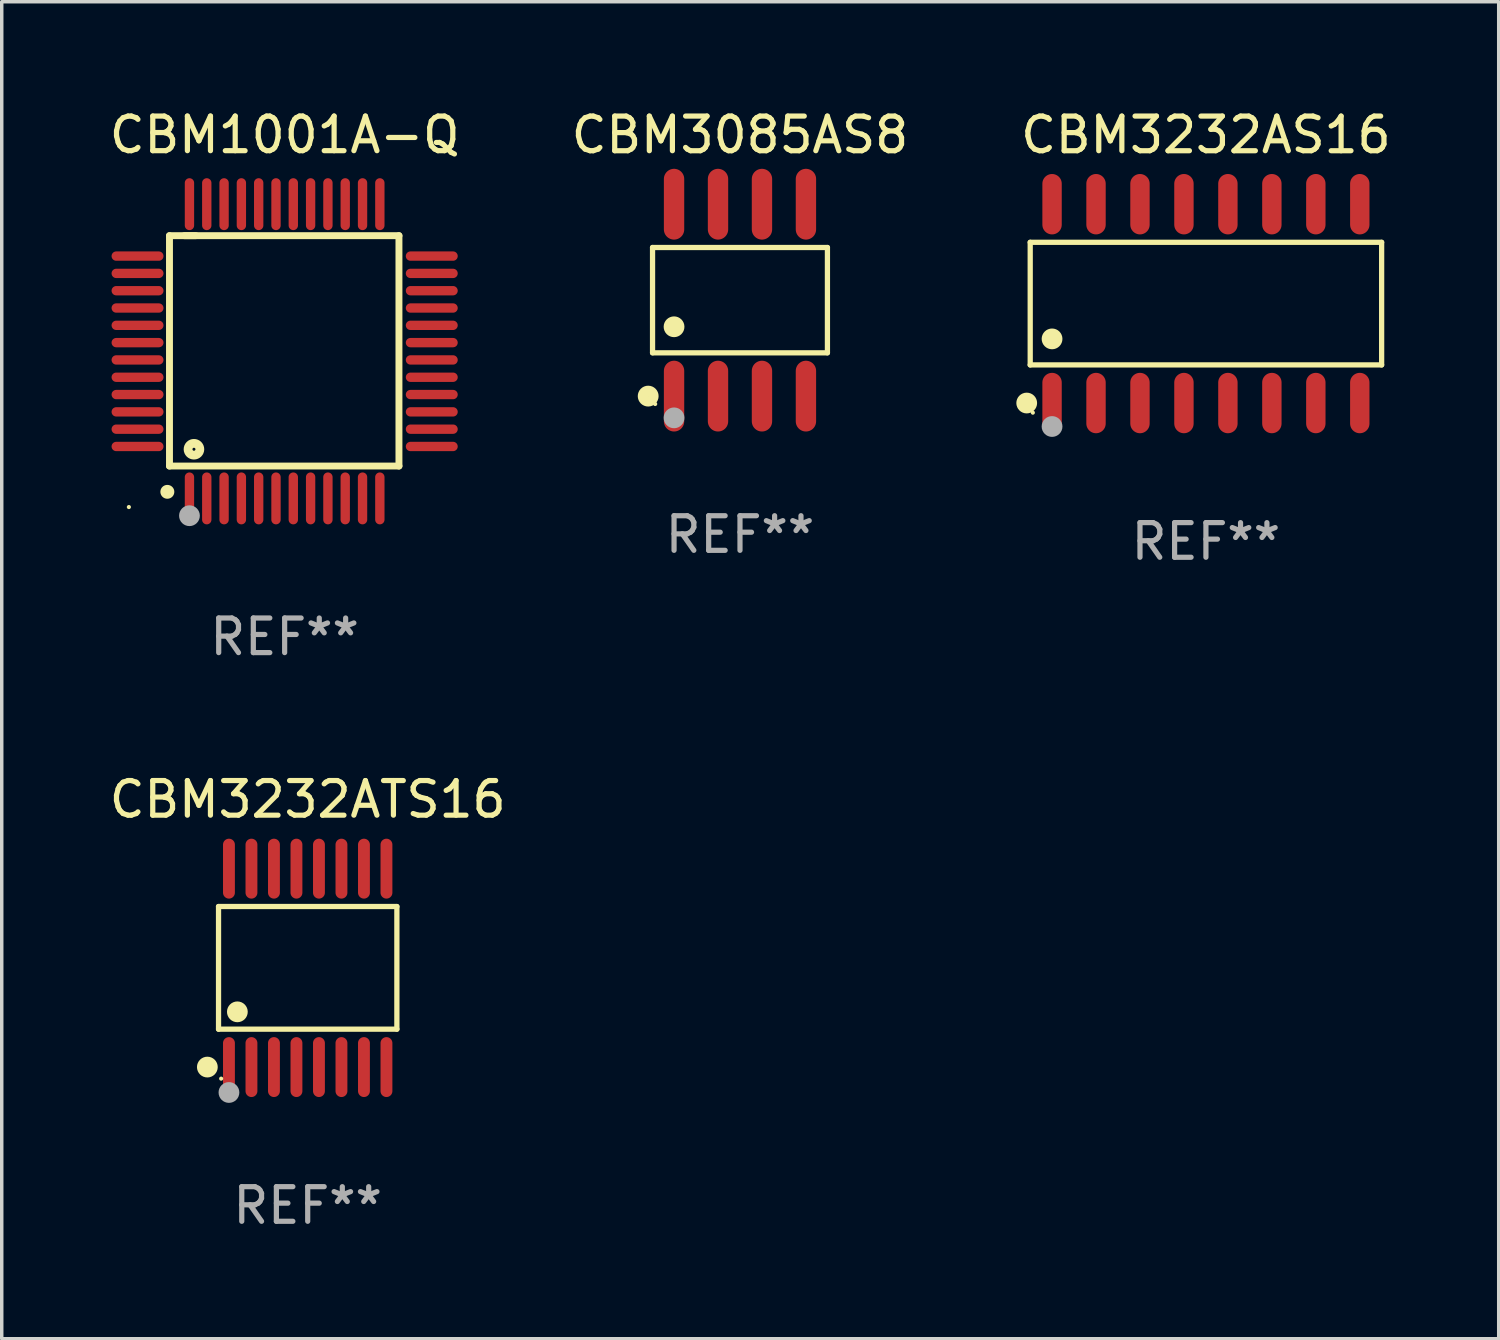
<source format=kicad_pcb>
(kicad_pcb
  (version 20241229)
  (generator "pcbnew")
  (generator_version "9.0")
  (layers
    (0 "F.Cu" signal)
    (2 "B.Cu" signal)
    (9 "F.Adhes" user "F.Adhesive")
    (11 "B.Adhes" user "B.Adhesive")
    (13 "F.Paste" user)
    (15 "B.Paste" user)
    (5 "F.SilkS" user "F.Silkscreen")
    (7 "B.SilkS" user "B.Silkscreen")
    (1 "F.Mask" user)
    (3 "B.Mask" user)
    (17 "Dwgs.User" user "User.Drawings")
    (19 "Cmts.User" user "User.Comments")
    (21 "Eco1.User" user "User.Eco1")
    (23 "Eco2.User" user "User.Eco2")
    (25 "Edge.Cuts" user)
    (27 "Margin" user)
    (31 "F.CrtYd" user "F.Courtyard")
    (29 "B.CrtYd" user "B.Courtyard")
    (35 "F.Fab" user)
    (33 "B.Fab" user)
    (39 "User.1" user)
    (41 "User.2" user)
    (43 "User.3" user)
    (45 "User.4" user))
  (footprint "CBM3232AS16"
    (layer "F.Cu")
    (at 31.787 5.721)
    (property "Reference" "CBM3232AS16" (at 0 -4.872 0) (layer "F.SilkS") (effects (font (size 1 1) (thickness 0.15))))
    (attr through_hole)
    (fp_line (start -5.076 -1.771) (end 5.076 -1.771) (stroke (width 0.152) (type solid)) (layer "F.SilkS"))
    (fp_line (start -5.076 1.771) (end -5.076 -1.771) (stroke (width 0.152) (type solid)) (layer "F.SilkS"))
    (fp_line (start 5.076 -1.771) (end 5.076 1.771) (stroke (width 0.152) (type solid)) (layer "F.SilkS"))
    (fp_line (start 5.076 1.771) (end -5.076 1.771) (stroke (width 0.152) (type solid)) (layer "F.SilkS"))
    (fp_circle (center -5.177 2.872) (end -5.027 2.872) (stroke (width 0.3) (type solid)) (fill no) (layer "F.SilkS"))
    (fp_circle (center -5 3.15) (end -4.97 3.15) (stroke (width 0.06) (type solid)) (fill no) (layer "F.SilkS"))
    (fp_circle (center -4.445 1.019) (end -4.295 1.019) (stroke (width 0.3) (type solid)) (fill no) (layer "F.SilkS"))
    (fp_circle (center -4.445 3.55) (end -4.295 3.55) (stroke (width 0.3) (type solid)) (fill no) (layer "F.Fab"))
    (fp_text user "REF**" (at 0 6.872 0) (layer "F.Fab") (effects (font (size 1 1) (thickness 0.15))))
    (pad "1" smd oval (at -4.445 2.872) (size 0.56 1.745) (layers "F.Cu" "F.Mask" "F.Paste"))
    (pad "2" smd oval (at -3.175 2.872) (size 0.56 1.745) (layers "F.Cu" "F.Mask" "F.Paste"))
    (pad "3" smd oval (at -1.905 2.872) (size 0.56 1.745) (layers "F.Cu" "F.Mask" "F.Paste"))
    (pad "4" smd oval (at -0.635 2.872) (size 0.56 1.745) (layers "F.Cu" "F.Mask" "F.Paste"))
    (pad "5" smd oval (at 0.635 2.872) (size 0.56 1.745) (layers "F.Cu" "F.Mask" "F.Paste"))
    (pad "6" smd oval (at 1.905 2.872) (size 0.56 1.745) (layers "F.Cu" "F.Mask" "F.Paste"))
    (pad "7" smd oval (at 3.175 2.872) (size 0.56 1.745) (layers "F.Cu" "F.Mask" "F.Paste"))
    (pad "8" smd oval (at 4.445 2.872) (size 0.56 1.745) (layers "F.Cu" "F.Mask" "F.Paste"))
    (pad "9" smd oval (at 4.445 -2.872) (size 0.56 1.745) (layers "F.Cu" "F.Mask" "F.Paste"))
    (pad "10" smd oval (at 3.175 -2.872) (size 0.56 1.745) (layers "F.Cu" "F.Mask" "F.Paste"))
    (pad "11" smd oval (at 1.905 -2.872) (size 0.56 1.745) (layers "F.Cu" "F.Mask" "F.Paste"))
    (pad "12" smd oval (at 0.635 -2.872) (size 0.56 1.745) (layers "F.Cu" "F.Mask" "F.Paste"))
    (pad "13" smd oval (at -0.635 -2.872) (size 0.56 1.745) (layers "F.Cu" "F.Mask" "F.Paste"))
    (pad "14" smd oval (at -1.905 -2.872) (size 0.56 1.745) (layers "F.Cu" "F.Mask" "F.Paste"))
    (pad "15" smd oval (at -3.175 -2.872) (size 0.56 1.745) (layers "F.Cu" "F.Mask" "F.Paste"))
    (pad "16" smd oval (at -4.445 -2.872) (size 0.56 1.745) (layers "F.Cu" "F.Mask" "F.Paste")))
  (footprint "CBM1001A-Q"
    (layer "F.Cu")
    (at 5.173 7.098)
    (property "Reference" "CBM1001A-Q" (at 0 -6.25 0) (layer "F.SilkS") (effects (font (size 1 1) (thickness 0.15))))
    (attr through_hole)
    (fp_line (start -3.327 -3.34) (end -2.565 -3.34) (stroke (width 0.2) (type solid)) (layer "F.SilkS"))
    (fp_line (start -3.327 3.315) (end -3.327 -3.34) (stroke (width 0.2) (type solid)) (layer "F.SilkS"))
    (fp_line (start -2.896 -3.34) (end 3.302 -3.34) (stroke (width 0.2) (type solid)) (layer "F.SilkS"))
    (fp_line (start 3.302 -3.34) (end 3.302 3.315) (stroke (width 0.2) (type solid)) (layer "F.SilkS"))
    (fp_line (start 3.302 3.315) (end -3.327 3.315) (stroke (width 0.2) (type solid)) (layer "F.SilkS"))
    (fp_arc (start -3.389992 4.059995) (mid -3.388722 4.059991) (end -3.387452 4.059995) (stroke (width 0.4) (type solid)) (layer "F.SilkS"))
    (fp_circle (center -4.5 4.5) (end -4.47 4.5) (stroke (width 0.06) (type solid)) (fill no) (layer "F.SilkS"))
    (fp_circle (center -2.62 2.83) (end -2.45 2.83) (stroke (width 0.254) (type solid)) (fill no) (layer "F.SilkS"))
    (fp_circle (center -2.75 4.75) (end -2.6 4.75) (stroke (width 0.3) (type solid)) (fill no) (layer "F.Fab"))
    (fp_text user "REF**" (at 0 8.25 0) (layer "F.Fab") (effects (font (size 1 1) (thickness 0.15))))
    (pad "1" smd oval (at -2.75 4.25) (size 0.27 1.5) (layers "F.Cu" "F.Mask" "F.Paste"))
    (pad "2" smd oval (at -2.25 4.25) (size 0.27 1.5) (layers "F.Cu" "F.Mask" "F.Paste"))
    (pad "3" smd oval (at -1.75 4.25) (size 0.27 1.5) (layers "F.Cu" "F.Mask" "F.Paste"))
    (pad "4" smd oval (at -1.25 4.25) (size 0.27 1.5) (layers "F.Cu" "F.Mask" "F.Paste"))
    (pad "5" smd oval (at -0.75 4.25) (size 0.27 1.5) (layers "F.Cu" "F.Mask" "F.Paste"))
    (pad "6" smd oval (at -0.25 4.25) (size 0.27 1.5) (layers "F.Cu" "F.Mask" "F.Paste"))
    (pad "7" smd oval (at 0.25 4.25) (size 0.27 1.5) (layers "F.Cu" "F.Mask" "F.Paste"))
    (pad "8" smd oval (at 0.75 4.25) (size 0.27 1.5) (layers "F.Cu" "F.Mask" "F.Paste"))
    (pad "9" smd oval (at 1.25 4.25) (size 0.27 1.5) (layers "F.Cu" "F.Mask" "F.Paste"))
    (pad "10" smd oval (at 1.75 4.25) (size 0.27 1.5) (layers "F.Cu" "F.Mask" "F.Paste"))
    (pad "11" smd oval (at 2.25 4.25) (size 0.27 1.5) (layers "F.Cu" "F.Mask" "F.Paste"))
    (pad "12" smd oval (at 2.75 4.25) (size 0.27 1.5) (layers "F.Cu" "F.Mask" "F.Paste"))
    (pad "13" smd oval (at 4.25 2.75) (size 1.5 0.27) (layers "F.Cu" "F.Mask" "F.Paste"))
    (pad "14" smd oval (at 4.25 2.25) (size 1.5 0.27) (layers "F.Cu" "F.Mask" "F.Paste"))
    (pad "15" smd oval (at 4.25 1.75) (size 1.5 0.27) (layers "F.Cu" "F.Mask" "F.Paste"))
    (pad "16" smd oval (at 4.25 1.25) (size 1.5 0.27) (layers "F.Cu" "F.Mask" "F.Paste"))
    (pad "17" smd oval (at 4.25 0.75) (size 1.5 0.27) (layers "F.Cu" "F.Mask" "F.Paste"))
    (pad "18" smd oval (at 4.25 0.25) (size 1.5 0.27) (layers "F.Cu" "F.Mask" "F.Paste"))
    (pad "19" smd oval (at 4.25 -0.25) (size 1.5 0.27) (layers "F.Cu" "F.Mask" "F.Paste"))
    (pad "20" smd oval (at 4.25 -0.75) (size 1.5 0.27) (layers "F.Cu" "F.Mask" "F.Paste"))
    (pad "21" smd oval (at 4.25 -1.25) (size 1.5 0.27) (layers "F.Cu" "F.Mask" "F.Paste"))
    (pad "22" smd oval (at 4.25 -1.75) (size 1.5 0.27) (layers "F.Cu" "F.Mask" "F.Paste"))
    (pad "23" smd oval (at 4.25 -2.25) (size 1.5 0.27) (layers "F.Cu" "F.Mask" "F.Paste"))
    (pad "24" smd oval (at 4.25 -2.75) (size 1.5 0.27) (layers "F.Cu" "F.Mask" "F.Paste"))
    (pad "25" smd oval (at 2.75 -4.25) (size 0.27 1.5) (layers "F.Cu" "F.Mask" "F.Paste"))
    (pad "26" smd oval (at 2.25 -4.25) (size 0.27 1.5) (layers "F.Cu" "F.Mask" "F.Paste"))
    (pad "27" smd oval (at 1.75 -4.25) (size 0.27 1.5) (layers "F.Cu" "F.Mask" "F.Paste"))
    (pad "28" smd oval (at 1.25 -4.25) (size 0.27 1.5) (layers "F.Cu" "F.Mask" "F.Paste"))
    (pad "29" smd oval (at 0.75 -4.25) (size 0.27 1.5) (layers "F.Cu" "F.Mask" "F.Paste"))
    (pad "30" smd oval (at 0.25 -4.25) (size 0.27 1.5) (layers "F.Cu" "F.Mask" "F.Paste"))
    (pad "31" smd oval (at -0.25 -4.25) (size 0.27 1.5) (layers "F.Cu" "F.Mask" "F.Paste"))
    (pad "32" smd oval (at -0.75 -4.25) (size 0.27 1.5) (layers "F.Cu" "F.Mask" "F.Paste"))
    (pad "33" smd oval (at -1.25 -4.25) (size 0.27 1.5) (layers "F.Cu" "F.Mask" "F.Paste"))
    (pad "34" smd oval (at -1.75 -4.25) (size 0.27 1.5) (layers "F.Cu" "F.Mask" "F.Paste"))
    (pad "35" smd oval (at -2.25 -4.25) (size 0.27 1.5) (layers "F.Cu" "F.Mask" "F.Paste"))
    (pad "36" smd oval (at -2.75 -4.25) (size 0.27 1.5) (layers "F.Cu" "F.Mask" "F.Paste"))
    (pad "37" smd oval (at -4.25 -2.75) (size 1.5 0.27) (layers "F.Cu" "F.Mask" "F.Paste"))
    (pad "38" smd oval (at -4.25 -2.25) (size 1.5 0.27) (layers "F.Cu" "F.Mask" "F.Paste"))
    (pad "39" smd oval (at -4.25 -1.75) (size 1.5 0.27) (layers "F.Cu" "F.Mask" "F.Paste"))
    (pad "40" smd oval (at -4.25 -1.25) (size 1.5 0.27) (layers "F.Cu" "F.Mask" "F.Paste"))
    (pad "41" smd oval (at -4.25 -0.75) (size 1.5 0.27) (layers "F.Cu" "F.Mask" "F.Paste"))
    (pad "42" smd oval (at -4.25 -0.25) (size 1.5 0.27) (layers "F.Cu" "F.Mask" "F.Paste"))
    (pad "43" smd oval (at -4.25 0.25) (size 1.5 0.27) (layers "F.Cu" "F.Mask" "F.Paste"))
    (pad "44" smd oval (at -4.25 0.75) (size 1.5 0.27) (layers "F.Cu" "F.Mask" "F.Paste"))
    (pad "45" smd oval (at -4.25 1.25) (size 1.5 0.27) (layers "F.Cu" "F.Mask" "F.Paste"))
    (pad "46" smd oval (at -4.25 1.75) (size 1.5 0.27) (layers "F.Cu" "F.Mask" "F.Paste"))
    (pad "47" smd oval (at -4.25 2.25) (size 1.5 0.27) (layers "F.Cu" "F.Mask" "F.Paste"))
    (pad "48" smd oval (at -4.25 2.75) (size 1.5 0.27) (layers "F.Cu" "F.Mask" "F.Paste")))
  (footprint "CBM3085AS8"
    (layer "F.Cu")
    (at 18.327 5.621)
    (property "Reference" "CBM3085AS8" (at 0 -4.772 0) (layer "F.SilkS") (effects (font (size 1 1) (thickness 0.15))))
    (attr through_hole)
    (fp_line (start -2.526 -1.521) (end 2.526 -1.521) (stroke (width 0.152) (type solid)) (layer "F.SilkS"))
    (fp_line (start -2.526 1.521) (end -2.526 -1.521) (stroke (width 0.152) (type solid)) (layer "F.SilkS"))
    (fp_line (start 2.526 -1.521) (end 2.526 1.521) (stroke (width 0.152) (type solid)) (layer "F.SilkS"))
    (fp_line (start 2.526 1.521) (end -2.526 1.521) (stroke (width 0.152) (type solid)) (layer "F.SilkS"))
    (fp_circle (center -2.652 2.772) (end -2.501 2.772) (stroke (width 0.3) (type solid)) (fill no) (layer "F.SilkS"))
    (fp_circle (center -2.45 3) (end -2.42 3) (stroke (width 0.06) (type solid)) (fill no) (layer "F.SilkS"))
    (fp_circle (center -1.905 0.769) (end -1.755 0.769) (stroke (width 0.3) (type solid)) (fill no) (layer "F.SilkS"))
    (fp_circle (center -1.905 3.4) (end -1.755 3.4) (stroke (width 0.3) (type solid)) (fill no) (layer "F.Fab"))
    (fp_text user "REF**" (at 0 6.772 0) (layer "F.Fab") (effects (font (size 1 1) (thickness 0.15))))
    (pad "1" smd oval (at -1.905 2.772) (size 0.588 2.045) (layers "F.Cu" "F.Mask" "F.Paste"))
    (pad "2" smd oval (at -0.635 2.772) (size 0.588 2.045) (layers "F.Cu" "F.Mask" "F.Paste"))
    (pad "3" smd oval (at 0.635 2.772) (size 0.588 2.045) (layers "F.Cu" "F.Mask" "F.Paste"))
    (pad "4" smd oval (at 1.905 2.772) (size 0.588 2.045) (layers "F.Cu" "F.Mask" "F.Paste"))
    (pad "5" smd oval (at 1.905 -2.772) (size 0.588 2.045) (layers "F.Cu" "F.Mask" "F.Paste"))
    (pad "6" smd oval (at 0.635 -2.772) (size 0.588 2.045) (layers "F.Cu" "F.Mask" "F.Paste"))
    (pad "7" smd oval (at -0.635 -2.772) (size 0.588 2.045) (layers "F.Cu" "F.Mask" "F.Paste"))
    (pad "8" smd oval (at -1.905 -2.772) (size 0.588 2.045) (layers "F.Cu" "F.Mask" "F.Paste")))
  (footprint "CBM3232ATS16"
    (layer "F.Cu")
    (at 5.839 24.91)
    (property "Reference" "CBM3232ATS16" (at 0 -4.866 0) (layer "F.SilkS") (effects (font (size 1 1) (thickness 0.15))))
    (attr through_hole)
    (fp_line (start -2.576 -1.772) (end 2.576 -1.772) (stroke (width 0.152) (type solid)) (layer "F.SilkS"))
    (fp_line (start -2.576 1.771) (end -2.576 -1.772) (stroke (width 0.152) (type solid)) (layer "F.SilkS"))
    (fp_line (start 2.576 -1.772) (end 2.576 1.771) (stroke (width 0.152) (type solid)) (layer "F.SilkS"))
    (fp_line (start 2.576 1.771) (end -2.576 1.771) (stroke (width 0.152) (type solid)) (layer "F.SilkS"))
    (fp_circle (center -2.899 2.866) (end -2.749 2.866) (stroke (width 0.3) (type solid)) (fill no) (layer "F.SilkS"))
    (fp_circle (center -2.5 3.2) (end -2.47 3.2) (stroke (width 0.06) (type solid)) (fill no) (layer "F.SilkS"))
    (fp_circle (center -2.032 1.27) (end -1.882 1.27) (stroke (width 0.3) (type solid)) (fill no) (layer "F.SilkS"))
    (fp_circle (center -2.275 3.6) (end -2.125 3.6) (stroke (width 0.3) (type solid)) (fill no) (layer "F.Fab"))
    (fp_text user "REF**" (at 0 6.866 0) (layer "F.Fab") (effects (font (size 1 1) (thickness 0.15))))
    (pad "1" smd oval (at -2.275 2.866) (size 0.343 1.731) (layers "F.Cu" "F.Mask" "F.Paste"))
    (pad "2" smd oval (at -1.625 2.866) (size 0.343 1.731) (layers "F.Cu" "F.Mask" "F.Paste"))
    (pad "3" smd oval (at -0.975 2.866) (size 0.343 1.731) (layers "F.Cu" "F.Mask" "F.Paste"))
    (pad "4" smd oval (at -0.325 2.866) (size 0.343 1.731) (layers "F.Cu" "F.Mask" "F.Paste"))
    (pad "5" smd oval (at 0.325 2.866) (size 0.343 1.731) (layers "F.Cu" "F.Mask" "F.Paste"))
    (pad "6" smd oval (at 0.975 2.866) (size 0.343 1.731) (layers "F.Cu" "F.Mask" "F.Paste"))
    (pad "7" smd oval (at 1.625 2.866) (size 0.343 1.731) (layers "F.Cu" "F.Mask" "F.Paste"))
    (pad "8" smd oval (at 2.275 2.866) (size 0.343 1.731) (layers "F.Cu" "F.Mask" "F.Paste"))
    (pad "9" smd oval (at 2.275 -2.866) (size 0.343 1.731) (layers "F.Cu" "F.Mask" "F.Paste"))
    (pad "10" smd oval (at 1.625 -2.866) (size 0.343 1.731) (layers "F.Cu" "F.Mask" "F.Paste"))
    (pad "11" smd oval (at 0.975 -2.866) (size 0.343 1.731) (layers "F.Cu" "F.Mask" "F.Paste"))
    (pad "12" smd oval (at 0.325 -2.866) (size 0.343 1.731) (layers "F.Cu" "F.Mask" "F.Paste"))
    (pad "13" smd oval (at -0.325 -2.866) (size 0.343 1.731) (layers "F.Cu" "F.Mask" "F.Paste"))
    (pad "14" smd oval (at -0.975 -2.866) (size 0.343 1.731) (layers "F.Cu" "F.Mask" "F.Paste"))
    (pad "15" smd oval (at -1.625 -2.866) (size 0.343 1.731) (layers "F.Cu" "F.Mask" "F.Paste"))
    (pad "16" smd oval (at -2.275 -2.866) (size 0.343 1.731) (layers "F.Cu" "F.Mask" "F.Paste")))
  (gr_rect
    (start -3 -3)
    (end 40.245 35.624)
    (stroke (width 0.1) (type default))
    (fill no)
    (layer "Edge.Cuts")))
</source>
